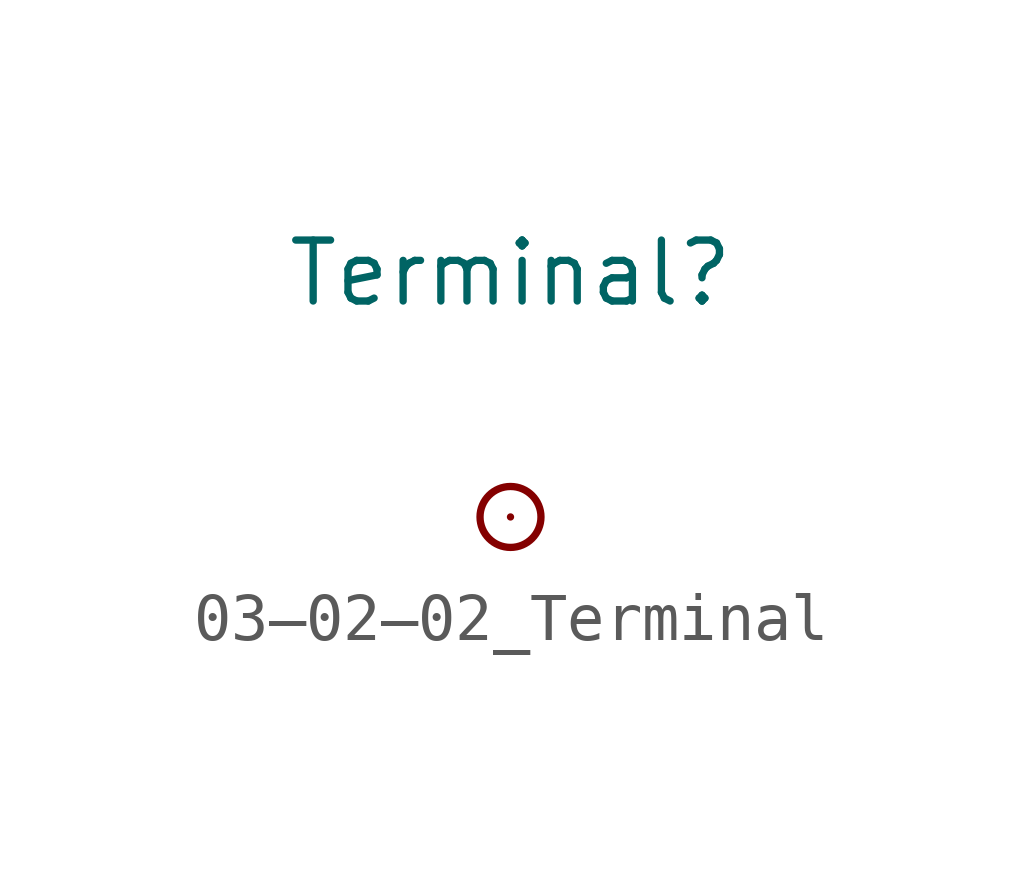
<source format=kicad_sym>
(kicad_symbol_lib
  (version 20201005)
  (generator kicad_symbol_editor)
  (symbol "Symbol_IEC_60617-3:03–02–02_Terminal"
    (pin_numbers hide)
    (pin_names
      (offset 0) hide)
    (property "Reference" "Terminal"
      (at 0 5.08 0)
      (effects (font (size 1.27 1.27))))
    (symbol "03–02–02_Terminal_0_1"
      (circle (center 0 0) (radius 0.635) (stroke (width 0)) (fill (type none))))
    (symbol "03–02–02_Terminal_1_1"
      (pin passive line (at 0 0 0) (length 0) (name "Terminal" (effects (font (size 1.27 1.27)))) (number "1" (effects (font (size 1.27 1.27))))))))
</source>
